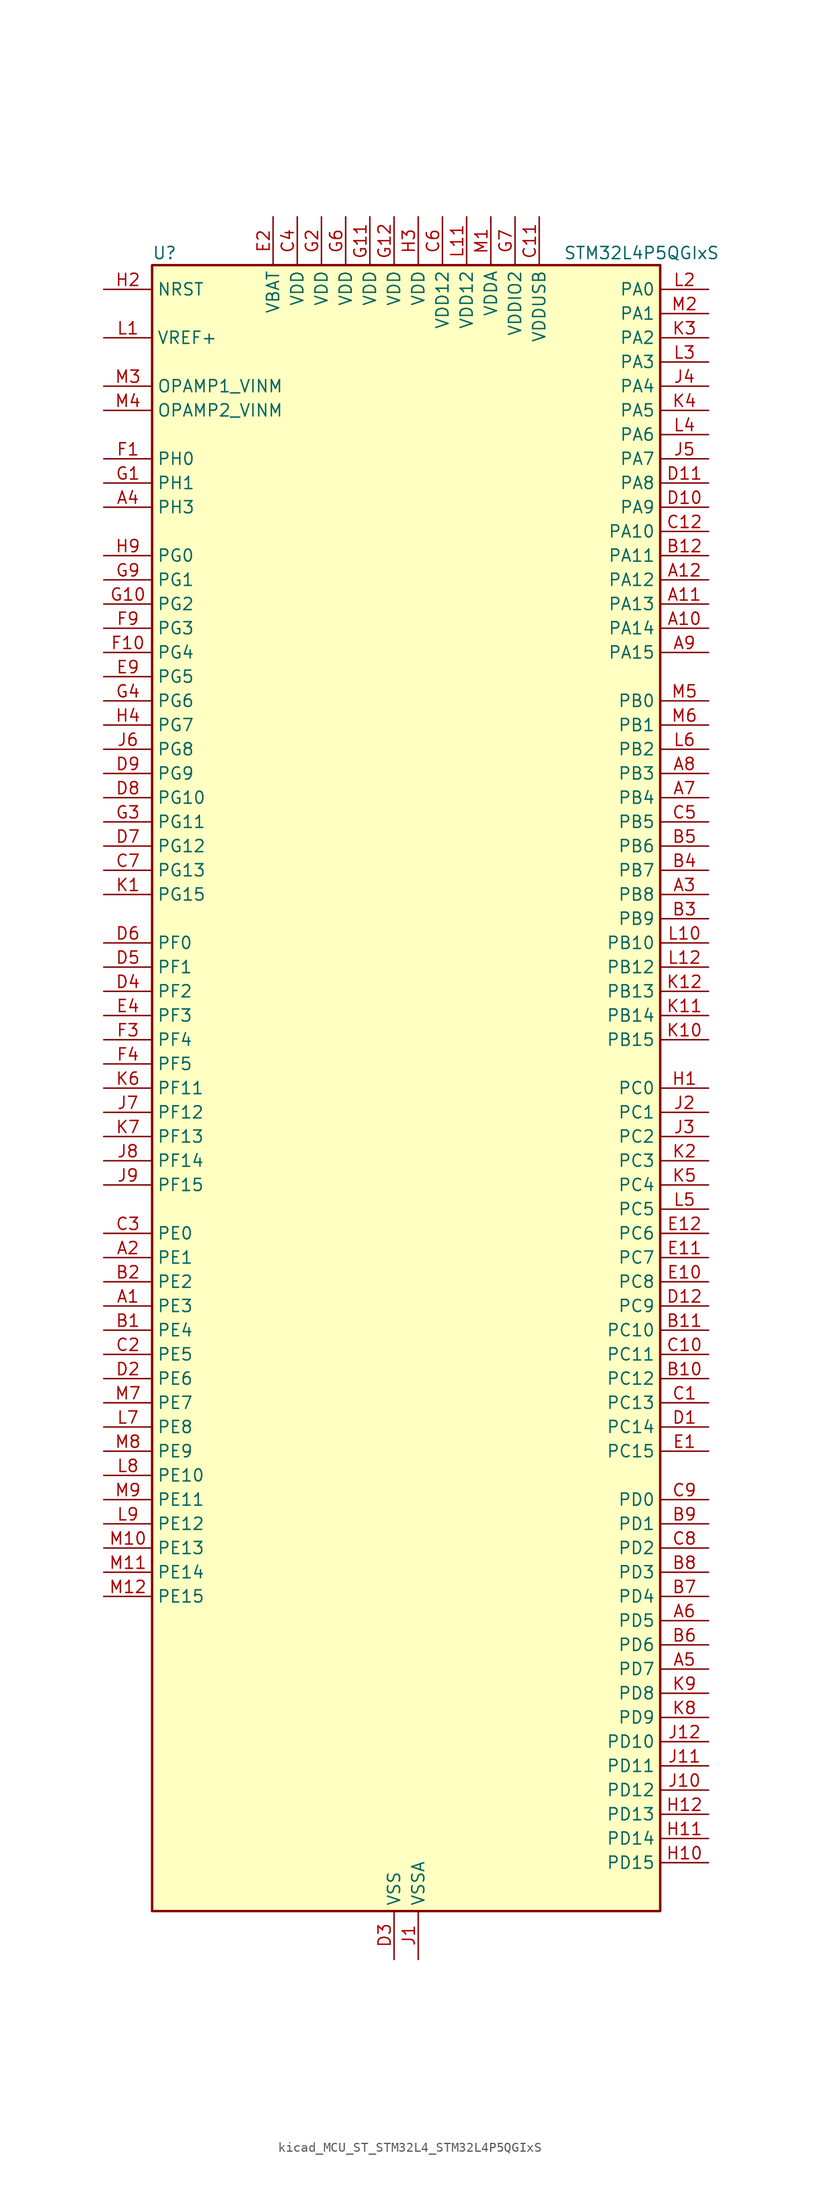
<source format=kicad_sym>
(kicad_symbol_lib
  (version 20220914)
  (generator kicad_symbol_editor)
  (symbol "kicad_MCU_ST_STM32L4_STM32L4P5QGIxS"
    (property "Reference" "U"
      (at -25.4 87.63 0)
      (effects (font (size 1.27 1.27)) (justify left)))
    (property "Value" "STM32L4P5QGIxS"
      (at 17.78 87.63 0)
      (effects (font (size 1.27 1.27)) (justify left)))
    (property "ki_locked" ""
      (at 0 0 0)
      (effects (font (size 1.27 1.27))))
    (symbol "kicad_MCU_ST_STM32L4_STM32L4P5QGIxS_0_1"
      (rectangle (start -25.4 -86.36) (end 27.94 86.36) (stroke (width 0.254) (type default)) (fill (type background))))
    (symbol "kicad_MCU_ST_STM32L4_STM32L4P5QGIxS_1_1"
      (pin bidirectional line (at -30.48 -22.86 0) (length 5.08) (name "PE3" (effects (font (size 1.27 1.27)))) (number "A1" (effects (font (size 1.27 1.27)))) (alternate "FMC_A19" bidirectional line) (alternate "LTDC_R6" bidirectional line) (alternate "OCTOSPIM_P1_DQS" bidirectional line) (alternate "SAI1_SD_B" bidirectional line) (alternate "SYS_TRACED0" bidirectional line) (alternate "TIM3_CH1" bidirectional line) (alternate "TSC_G7_IO2" bidirectional line))
      (pin bidirectional line (at 33.02 48.26 180) (length 5.08) (name "PA14" (effects (font (size 1.27 1.27)))) (number "A10" (effects (font (size 1.27 1.27)))) (alternate "I2C1_SMBA" bidirectional line) (alternate "I2C4_SMBA" bidirectional line) (alternate "LPTIM1_OUT" bidirectional line) (alternate "SAI1_FS_B" bidirectional line) (alternate "SYS_JTCK-SWCLK" bidirectional line) (alternate "USB_OTG_FS_SOF" bidirectional line))
      (pin bidirectional line (at 33.02 50.8 180) (length 5.08) (name "PA13" (effects (font (size 1.27 1.27)))) (number "A11" (effects (font (size 1.27 1.27)))) (alternate "IR_OUT" bidirectional line) (alternate "SAI1_SD_B" bidirectional line) (alternate "SYS_JTMS-SWDIO" bidirectional line) (alternate "USB_OTG_FS_NOE" bidirectional line))
      (pin bidirectional line (at 33.02 53.34 180) (length 5.08) (name "PA12" (effects (font (size 1.27 1.27)))) (number "A12" (effects (font (size 1.27 1.27)))) (alternate "CAN1_TX" bidirectional line) (alternate "LTDC_VSYNC" bidirectional line) (alternate "OCTOSPIM_P2_NCS" bidirectional line) (alternate "SPI1_MOSI" bidirectional line) (alternate "TIM1_ETR" bidirectional line) (alternate "USART1_DE" bidirectional line) (alternate "USART1_RTS" bidirectional line) (alternate "USB_OTG_FS_DP" bidirectional line))
      (pin bidirectional line (at -30.48 -17.78 0) (length 5.08) (name "PE1" (effects (font (size 1.27 1.27)))) (number "A2" (effects (font (size 1.27 1.27)))) (alternate "DCMI_D3" bidirectional line) (alternate "FMC_NBL1" bidirectional line) (alternate "LTDC_VSYNC" bidirectional line) (alternate "PSSI_D3" bidirectional line) (alternate "TIM17_CH1" bidirectional line))
      (pin bidirectional line (at 33.02 20.32 180) (length 5.08) (name "PB8" (effects (font (size 1.27 1.27)))) (number "A3" (effects (font (size 1.27 1.27)))) (alternate "CAN1_RX" bidirectional line) (alternate "DCMI_D6" bidirectional line) (alternate "DFSDM1_CKOUT" bidirectional line) (alternate "I2C1_SCL" bidirectional line) (alternate "LTDC_DE" bidirectional line) (alternate "PSSI_D6" bidirectional line) (alternate "SAI1_CK1" bidirectional line) (alternate "SAI1_MCLK_A" bidirectional line) (alternate "SDMMC1_CKIN" bidirectional line) (alternate "SDMMC1_D4" bidirectional line) (alternate "SDMMC2_D4" bidirectional line) (alternate "TIM16_CH1" bidirectional line) (alternate "TIM4_CH3" bidirectional line))
      (pin bidirectional line (at -30.48 60.96 0) (length 5.08) (name "PH3" (effects (font (size 1.27 1.27)))) (number "A4" (effects (font (size 1.27 1.27)))))
      (pin bidirectional line (at 33.02 -60.96 180) (length 5.08) (name "PD7" (effects (font (size 1.27 1.27)))) (number "A5" (effects (font (size 1.27 1.27)))) (alternate "DFSDM1_CKIN1" bidirectional line) (alternate "FMC_NCE" bidirectional line) (alternate "FMC_NE1" bidirectional line) (alternate "OCTOSPIM_P1_IO7" bidirectional line) (alternate "SDMMC2_CMD" bidirectional line) (alternate "USART2_CK" bidirectional line))
      (pin bidirectional line (at 33.02 -55.88 180) (length 5.08) (name "PD5" (effects (font (size 1.27 1.27)))) (number "A6" (effects (font (size 1.27 1.27)))) (alternate "FMC_NWE" bidirectional line) (alternate "OCTOSPIM_P1_IO5" bidirectional line) (alternate "USART2_TX" bidirectional line))
      (pin bidirectional line (at 33.02 30.48 180) (length 5.08) (name "PB4" (effects (font (size 1.27 1.27)))) (number "A7" (effects (font (size 1.27 1.27)))) (alternate "COMP2_INP" bidirectional line) (alternate "DCMI_D12" bidirectional line) (alternate "I2C3_SDA" bidirectional line) (alternate "OCTOSPIM_P1_IO5" bidirectional line) (alternate "PSSI_D12" bidirectional line) (alternate "SAI1_MCLK_B" bidirectional line) (alternate "SDMMC2_D3" bidirectional line) (alternate "SPI1_MISO" bidirectional line) (alternate "SPI3_MISO" bidirectional line) (alternate "SYS_JTRST" bidirectional line) (alternate "TIM17_BKIN" bidirectional line) (alternate "TIM3_CH1" bidirectional line) (alternate "TSC_G2_IO1" bidirectional line) (alternate "UART5_DE" bidirectional line) (alternate "UART5_RTS" bidirectional line) (alternate "USART1_CTS" bidirectional line) (alternate "USART1_NSS" bidirectional line))
      (pin bidirectional line (at 33.02 33.02 180) (length 5.08) (name "PB3" (effects (font (size 1.27 1.27)))) (number "A8" (effects (font (size 1.27 1.27)))) (alternate "COMP2_INM" bidirectional line) (alternate "CRS_SYNC" bidirectional line) (alternate "OCTOSPIM_P1_IO4" bidirectional line) (alternate "SAI1_SCK_B" bidirectional line) (alternate "SDMMC2_D2" bidirectional line) (alternate "SPI1_SCK" bidirectional line) (alternate "SPI3_SCK" bidirectional line) (alternate "SYS_JTDO-SWO" bidirectional line) (alternate "TIM2_CH2" bidirectional line) (alternate "USART1_DE" bidirectional line) (alternate "USART1_RTS" bidirectional line))
      (pin bidirectional line (at 33.02 45.72 180) (length 5.08) (name "PA15" (effects (font (size 1.27 1.27)))) (number "A9" (effects (font (size 1.27 1.27)))) (alternate "ADC1_EXTI15" bidirectional line) (alternate "ADC2_EXTI15" bidirectional line) (alternate "LTDC_HSYNC" bidirectional line) (alternate "SAI2_FS_B" bidirectional line) (alternate "SPI1_NSS" bidirectional line) (alternate "SPI3_NSS" bidirectional line) (alternate "SYS_JTDI" bidirectional line) (alternate "TIM2_CH1" bidirectional line) (alternate "TIM2_ETR" bidirectional line) (alternate "TSC_G3_IO1" bidirectional line) (alternate "UART4_DE" bidirectional line) (alternate "UART4_RTS" bidirectional line) (alternate "USART2_RX" bidirectional line) (alternate "USART3_DE" bidirectional line) (alternate "USART3_RTS" bidirectional line))
      (pin bidirectional line (at -30.48 -25.4 0) (length 5.08) (name "PE4" (effects (font (size 1.27 1.27)))) (number "B1" (effects (font (size 1.27 1.27)))) (alternate "DCMI_D4" bidirectional line) (alternate "DFSDM1_DATIN3" bidirectional line) (alternate "FMC_A20" bidirectional line) (alternate "LTDC_B7" bidirectional line) (alternate "PSSI_D4" bidirectional line) (alternate "SAI1_D2" bidirectional line) (alternate "SAI1_FS_A" bidirectional line) (alternate "SYS_TRACED1" bidirectional line) (alternate "TIM3_CH2" bidirectional line) (alternate "TSC_G7_IO3" bidirectional line))
      (pin bidirectional line (at 33.02 -30.48 180) (length 5.08) (name "PC12" (effects (font (size 1.27 1.27)))) (number "B10" (effects (font (size 1.27 1.27)))) (alternate "DCMI_D9" bidirectional line) (alternate "LTDC_R6" bidirectional line) (alternate "PSSI_D9" bidirectional line) (alternate "SAI2_SD_B" bidirectional line) (alternate "SDMMC1_CK" bidirectional line) (alternate "SPI3_MOSI" bidirectional line) (alternate "SYS_TRACED3" bidirectional line) (alternate "TSC_G3_IO4" bidirectional line) (alternate "UART5_TX" bidirectional line) (alternate "USART3_CK" bidirectional line))
      (pin bidirectional line (at 33.02 -25.4 180) (length 5.08) (name "PC10" (effects (font (size 1.27 1.27)))) (number "B11" (effects (font (size 1.27 1.27)))) (alternate "DCMI_D8" bidirectional line) (alternate "DCMI_VSYNC" bidirectional line) (alternate "PSSI_D8" bidirectional line) (alternate "PSSI_RDY" bidirectional line) (alternate "SAI2_SCK_B" bidirectional line) (alternate "SDMMC1_D2" bidirectional line) (alternate "SPI3_SCK" bidirectional line) (alternate "SYS_TRACED1" bidirectional line) (alternate "TSC_G3_IO2" bidirectional line) (alternate "UART4_TX" bidirectional line) (alternate "USART3_TX" bidirectional line))
      (pin bidirectional line (at 33.02 55.88 180) (length 5.08) (name "PA11" (effects (font (size 1.27 1.27)))) (number "B12" (effects (font (size 1.27 1.27)))) (alternate "ADC1_EXTI11" bidirectional line) (alternate "ADC2_EXTI11" bidirectional line) (alternate "CAN1_RX" bidirectional line) (alternate "LTDC_DE" bidirectional line) (alternate "SPI1_MISO" bidirectional line) (alternate "TIM1_BKIN2" bidirectional line) (alternate "TIM1_CH4" bidirectional line) (alternate "USART1_CTS" bidirectional line) (alternate "USART1_NSS" bidirectional line) (alternate "USB_OTG_FS_DM" bidirectional line))
      (pin bidirectional line (at -30.48 -20.32 0) (length 5.08) (name "PE2" (effects (font (size 1.27 1.27)))) (number "B2" (effects (font (size 1.27 1.27)))) (alternate "FMC_A23" bidirectional line) (alternate "LTDC_R7" bidirectional line) (alternate "SAI1_CK1" bidirectional line) (alternate "SAI1_MCLK_A" bidirectional line) (alternate "SYS_TRACECLK" bidirectional line) (alternate "TIM3_ETR" bidirectional line) (alternate "TSC_G7_IO1" bidirectional line))
      (pin bidirectional line (at 33.02 17.78 180) (length 5.08) (name "PB9" (effects (font (size 1.27 1.27)))) (number "B3" (effects (font (size 1.27 1.27)))) (alternate "CAN1_TX" bidirectional line) (alternate "DAC1_EXTI9" bidirectional line) (alternate "DCMI_D7" bidirectional line) (alternate "I2C1_SDA" bidirectional line) (alternate "IR_OUT" bidirectional line) (alternate "PSSI_D7" bidirectional line) (alternate "SAI1_D2" bidirectional line) (alternate "SAI1_FS_A" bidirectional line) (alternate "SDMMC1_CDIR" bidirectional line) (alternate "SDMMC1_D5" bidirectional line) (alternate "SDMMC2_D5" bidirectional line) (alternate "SPI2_NSS" bidirectional line) (alternate "TIM17_CH1" bidirectional line) (alternate "TIM4_CH4" bidirectional line))
      (pin bidirectional line (at 33.02 22.86 180) (length 5.08) (name "PB7" (effects (font (size 1.27 1.27)))) (number "B4" (effects (font (size 1.27 1.27)))) (alternate "COMP2_INM" bidirectional line) (alternate "DCMI_VSYNC" bidirectional line) (alternate "FMC_NL" bidirectional line) (alternate "I2C1_SDA" bidirectional line) (alternate "I2C4_SDA" bidirectional line) (alternate "LPTIM1_IN2" bidirectional line) (alternate "LTDC_VSYNC" bidirectional line) (alternate "PSSI_RDY" bidirectional line) (alternate "SYS_PVD_IN" bidirectional line) (alternate "TIM17_CH1N" bidirectional line) (alternate "TIM4_CH2" bidirectional line) (alternate "TIM8_BKIN" bidirectional line) (alternate "TSC_G2_IO4" bidirectional line) (alternate "UART4_CTS" bidirectional line) (alternate "USART1_RX" bidirectional line))
      (pin bidirectional line (at 33.02 25.4 180) (length 5.08) (name "PB6" (effects (font (size 1.27 1.27)))) (number "B5" (effects (font (size 1.27 1.27)))) (alternate "COMP2_INP" bidirectional line) (alternate "DCMI_D5" bidirectional line) (alternate "I2C1_SCL" bidirectional line) (alternate "I2C4_SCL" bidirectional line) (alternate "LPTIM1_ETR" bidirectional line) (alternate "LTDC_R6" bidirectional line) (alternate "PSSI_D5" bidirectional line) (alternate "SAI1_FS_B" bidirectional line) (alternate "TIM16_CH1N" bidirectional line) (alternate "TIM4_CH1" bidirectional line) (alternate "TIM8_BKIN2" bidirectional line) (alternate "TSC_G2_IO3" bidirectional line) (alternate "USART1_TX" bidirectional line))
      (pin bidirectional line (at 33.02 -58.42 180) (length 5.08) (name "PD6" (effects (font (size 1.27 1.27)))) (number "B6" (effects (font (size 1.27 1.27)))) (alternate "DCMI_D10" bidirectional line) (alternate "DFSDM1_DATIN1" bidirectional line) (alternate "FMC_NWAIT" bidirectional line) (alternate "LTDC_DE" bidirectional line) (alternate "OCTOSPIM_P1_IO6" bidirectional line) (alternate "PSSI_D10" bidirectional line) (alternate "SAI1_D1" bidirectional line) (alternate "SAI1_SD_A" bidirectional line) (alternate "SDMMC2_CK" bidirectional line) (alternate "SPI3_MOSI" bidirectional line) (alternate "USART2_RX" bidirectional line))
      (pin bidirectional line (at 33.02 -53.34 180) (length 5.08) (name "PD4" (effects (font (size 1.27 1.27)))) (number "B7" (effects (font (size 1.27 1.27)))) (alternate "DFSDM1_CKIN0" bidirectional line) (alternate "FMC_NOE" bidirectional line) (alternate "OCTOSPIM_P1_IO4" bidirectional line) (alternate "SDMMC2_CKIN" bidirectional line) (alternate "SPI2_MOSI" bidirectional line) (alternate "USART2_DE" bidirectional line) (alternate "USART2_RTS" bidirectional line))
      (pin bidirectional line (at 33.02 -50.8 180) (length 5.08) (name "PD3" (effects (font (size 1.27 1.27)))) (number "B8" (effects (font (size 1.27 1.27)))) (alternate "DCMI_D5" bidirectional line) (alternate "DFSDM1_DATIN0" bidirectional line) (alternate "FMC_CLK" bidirectional line) (alternate "LTDC_CLK" bidirectional line) (alternate "OCTOSPIM_P2_NCS" bidirectional line) (alternate "PSSI_D5" bidirectional line) (alternate "SPI2_MISO" bidirectional line) (alternate "SPI2_SCK" bidirectional line) (alternate "USART2_CTS" bidirectional line) (alternate "USART2_NSS" bidirectional line))
      (pin bidirectional line (at 33.02 -45.72 180) (length 5.08) (name "PD1" (effects (font (size 1.27 1.27)))) (number "B9" (effects (font (size 1.27 1.27)))) (alternate "CAN1_TX" bidirectional line) (alternate "FMC_D3" bidirectional line) (alternate "FMC_DA3" bidirectional line) (alternate "LTDC_B5" bidirectional line) (alternate "SPI2_SCK" bidirectional line))
      (pin bidirectional line (at 33.02 -33.02 180) (length 5.08) (name "PC13" (effects (font (size 1.27 1.27)))) (number "C1" (effects (font (size 1.27 1.27)))) (alternate "RTC_OUT1" bidirectional line) (alternate "RTC_TAMP1" bidirectional line) (alternate "RTC_TS" bidirectional line) (alternate "SYS_WKUP2" bidirectional line))
      (pin bidirectional line (at 33.02 -27.94 180) (length 5.08) (name "PC11" (effects (font (size 1.27 1.27)))) (number "C10" (effects (font (size 1.27 1.27)))) (alternate "ADC1_EXTI11" bidirectional line) (alternate "ADC2_EXTI11" bidirectional line) (alternate "DCMI_D2" bidirectional line) (alternate "DCMI_D4" bidirectional line) (alternate "OCTOSPIM_P1_NCS" bidirectional line) (alternate "PSSI_D2" bidirectional line) (alternate "PSSI_D4" bidirectional line) (alternate "SAI2_MCLK_B" bidirectional line) (alternate "SDMMC1_D3" bidirectional line) (alternate "SPI3_MISO" bidirectional line) (alternate "TSC_G3_IO3" bidirectional line) (alternate "UART4_RX" bidirectional line) (alternate "USART3_RX" bidirectional line))
      (pin power_in line (at 15.24 91.44 270) (length 5.08) (name "VDDUSB" (effects (font (size 1.27 1.27)))) (number "C11" (effects (font (size 1.27 1.27)))))
      (pin bidirectional line (at 33.02 58.42 180) (length 5.08) (name "PA10" (effects (font (size 1.27 1.27)))) (number "C12" (effects (font (size 1.27 1.27)))) (alternate "DCMI_D1" bidirectional line) (alternate "LTDC_G6" bidirectional line) (alternate "PSSI_D1" bidirectional line) (alternate "SAI1_D1" bidirectional line) (alternate "SAI1_SD_A" bidirectional line) (alternate "TIM17_BKIN" bidirectional line) (alternate "TIM1_CH3" bidirectional line) (alternate "USART1_RX" bidirectional line) (alternate "USB_OTG_FS_ID" bidirectional line))
      (pin bidirectional line (at -30.48 -27.94 0) (length 5.08) (name "PE5" (effects (font (size 1.27 1.27)))) (number "C2" (effects (font (size 1.27 1.27)))) (alternate "DCMI_D6" bidirectional line) (alternate "DFSDM1_CKIN3" bidirectional line) (alternate "FMC_A21" bidirectional line) (alternate "LTDC_G7" bidirectional line) (alternate "PSSI_D6" bidirectional line) (alternate "SAI1_CK2" bidirectional line) (alternate "SAI1_SCK_A" bidirectional line) (alternate "SYS_TRACED2" bidirectional line) (alternate "TIM3_CH3" bidirectional line) (alternate "TSC_G7_IO4" bidirectional line))
      (pin bidirectional line (at -30.48 -15.24 0) (length 5.08) (name "PE0" (effects (font (size 1.27 1.27)))) (number "C3" (effects (font (size 1.27 1.27)))) (alternate "DCMI_D2" bidirectional line) (alternate "FMC_NBL0" bidirectional line) (alternate "LTDC_HSYNC" bidirectional line) (alternate "PSSI_D2" bidirectional line) (alternate "TIM16_CH1" bidirectional line) (alternate "TIM4_ETR" bidirectional line))
      (pin power_in line (at -10.16 91.44 270) (length 5.08) (name "VDD" (effects (font (size 1.27 1.27)))) (number "C4" (effects (font (size 1.27 1.27)))))
      (pin bidirectional line (at 33.02 27.94 180) (length 5.08) (name "PB5" (effects (font (size 1.27 1.27)))) (number "C5" (effects (font (size 1.27 1.27)))) (alternate "COMP2_OUT" bidirectional line) (alternate "DCMI_D10" bidirectional line) (alternate "I2C1_SMBA" bidirectional line) (alternate "LPTIM1_IN1" bidirectional line) (alternate "OCTOSPIM_P1_IO0" bidirectional line) (alternate "PSSI_D10" bidirectional line) (alternate "SAI1_SD_B" bidirectional line) (alternate "SPI1_MOSI" bidirectional line) (alternate "SPI3_MOSI" bidirectional line) (alternate "TIM16_BKIN" bidirectional line) (alternate "TIM3_CH2" bidirectional line) (alternate "TSC_G2_IO2" bidirectional line) (alternate "UART5_CTS" bidirectional line) (alternate "USART1_CK" bidirectional line))
      (pin power_in line (at 5.08 91.44 270) (length 5.08) (name "VDD12" (effects (font (size 1.27 1.27)))) (number "C6" (effects (font (size 1.27 1.27)))))
      (pin bidirectional line (at -30.48 22.86 0) (length 5.08) (name "PG13" (effects (font (size 1.27 1.27)))) (number "C7" (effects (font (size 1.27 1.27)))) (alternate "FMC_A24" bidirectional line) (alternate "I2C1_SDA" bidirectional line) (alternate "LTDC_R0" bidirectional line) (alternate "USART1_CK" bidirectional line))
      (pin bidirectional line (at 33.02 -48.26 180) (length 5.08) (name "PD2" (effects (font (size 1.27 1.27)))) (number "C8" (effects (font (size 1.27 1.27)))) (alternate "DCMI_D11" bidirectional line) (alternate "PSSI_D11" bidirectional line) (alternate "SDMMC1_CMD" bidirectional line) (alternate "SYS_TRACED2" bidirectional line) (alternate "TIM3_ETR" bidirectional line) (alternate "TSC_SYNC" bidirectional line) (alternate "UART5_RX" bidirectional line) (alternate "USART3_DE" bidirectional line) (alternate "USART3_RTS" bidirectional line))
      (pin bidirectional line (at 33.02 -43.18 180) (length 5.08) (name "PD0" (effects (font (size 1.27 1.27)))) (number "C9" (effects (font (size 1.27 1.27)))) (alternate "CAN1_RX" bidirectional line) (alternate "FMC_D2" bidirectional line) (alternate "FMC_DA2" bidirectional line) (alternate "LTDC_B4" bidirectional line) (alternate "SPI2_NSS" bidirectional line))
      (pin bidirectional line (at 33.02 -35.56 180) (length 5.08) (name "PC14" (effects (font (size 1.27 1.27)))) (number "D1" (effects (font (size 1.27 1.27)))) (alternate "RCC_OSC32_IN" bidirectional line))
      (pin bidirectional line (at 33.02 60.96 180) (length 5.08) (name "PA9" (effects (font (size 1.27 1.27)))) (number "D10" (effects (font (size 1.27 1.27)))) (alternate "DAC1_EXTI9" bidirectional line) (alternate "DCMI_D0" bidirectional line) (alternate "LTDC_G7" bidirectional line) (alternate "PSSI_D0" bidirectional line) (alternate "SAI1_FS_A" bidirectional line) (alternate "SPI2_SCK" bidirectional line) (alternate "TIM15_BKIN" bidirectional line) (alternate "TIM1_CH2" bidirectional line) (alternate "USART1_TX" bidirectional line) (alternate "USB_OTG_FS_VBUS" bidirectional line))
      (pin bidirectional line (at 33.02 63.5 180) (length 5.08) (name "PA8" (effects (font (size 1.27 1.27)))) (number "D11" (effects (font (size 1.27 1.27)))) (alternate "LPTIM2_OUT" bidirectional line) (alternate "LTDC_B7" bidirectional line) (alternate "RCC_MCO" bidirectional line) (alternate "SAI1_CK2" bidirectional line) (alternate "SAI1_SCK_A" bidirectional line) (alternate "TIM1_CH1" bidirectional line) (alternate "USART1_CK" bidirectional line) (alternate "USB_OTG_FS_SOF" bidirectional line))
      (pin bidirectional line (at 33.02 -22.86 180) (length 5.08) (name "PC9" (effects (font (size 1.27 1.27)))) (number "D12" (effects (font (size 1.27 1.27)))) (alternate "DAC1_EXTI9" bidirectional line) (alternate "DCMI_D3" bidirectional line) (alternate "I2C3_SDA" bidirectional line) (alternate "PSSI_D3" bidirectional line) (alternate "SAI2_EXTCLK" bidirectional line) (alternate "SDMMC1_D1" bidirectional line) (alternate "SYS_TRACED0" bidirectional line) (alternate "TIM3_CH4" bidirectional line) (alternate "TIM8_BKIN2" bidirectional line) (alternate "TIM8_CH4" bidirectional line) (alternate "TSC_G4_IO4" bidirectional line) (alternate "USB_OTG_FS_NOE" bidirectional line))
      (pin bidirectional line (at -30.48 -30.48 0) (length 5.08) (name "PE6" (effects (font (size 1.27 1.27)))) (number "D2" (effects (font (size 1.27 1.27)))) (alternate "DCMI_D7" bidirectional line) (alternate "FMC_A22" bidirectional line) (alternate "LTDC_G6" bidirectional line) (alternate "PSSI_D7" bidirectional line) (alternate "RTC_TAMP3" bidirectional line) (alternate "SAI1_D1" bidirectional line) (alternate "SAI1_SD_A" bidirectional line) (alternate "SYS_TRACED3" bidirectional line) (alternate "SYS_WKUP3" bidirectional line) (alternate "TIM3_CH4" bidirectional line))
      (pin power_in line (at 0 -91.44 90) (length 5.08) (name "VSS" (effects (font (size 1.27 1.27)))) (number "D3" (effects (font (size 1.27 1.27)))))
      (pin bidirectional line (at -30.48 10.16 0) (length 5.08) (name "PF2" (effects (font (size 1.27 1.27)))) (number "D4" (effects (font (size 1.27 1.27)))) (alternate "FMC_A2" bidirectional line) (alternate "I2C2_SMBA" bidirectional line) (alternate "OCTOSPIM_P2_IO2" bidirectional line))
      (pin bidirectional line (at -30.48 12.7 0) (length 5.08) (name "PF1" (effects (font (size 1.27 1.27)))) (number "D5" (effects (font (size 1.27 1.27)))) (alternate "FMC_A1" bidirectional line) (alternate "I2C2_SCL" bidirectional line) (alternate "OCTOSPIM_P2_IO1" bidirectional line))
      (pin bidirectional line (at -30.48 15.24 0) (length 5.08) (name "PF0" (effects (font (size 1.27 1.27)))) (number "D6" (effects (font (size 1.27 1.27)))) (alternate "FMC_A0" bidirectional line) (alternate "I2C2_SDA" bidirectional line) (alternate "OCTOSPIM_P2_IO0" bidirectional line))
      (pin bidirectional line (at -30.48 25.4 0) (length 5.08) (name "PG12" (effects (font (size 1.27 1.27)))) (number "D7" (effects (font (size 1.27 1.27)))) (alternate "FMC_NE4" bidirectional line) (alternate "LPTIM1_ETR" bidirectional line) (alternate "OCTOSPIM_P2_NCS" bidirectional line) (alternate "SAI2_SD_A" bidirectional line) (alternate "SDMMC2_D3" bidirectional line) (alternate "SPI3_NSS" bidirectional line) (alternate "USART1_DE" bidirectional line) (alternate "USART1_RTS" bidirectional line))
      (pin bidirectional line (at -30.48 30.48 0) (length 5.08) (name "PG10" (effects (font (size 1.27 1.27)))) (number "D8" (effects (font (size 1.27 1.27)))) (alternate "FMC_NE3" bidirectional line) (alternate "LPTIM1_IN1" bidirectional line) (alternate "OCTOSPIM_P2_IO7" bidirectional line) (alternate "SAI2_FS_A" bidirectional line) (alternate "SDMMC2_D1" bidirectional line) (alternate "SPI3_MISO" bidirectional line) (alternate "TIM15_CH1" bidirectional line) (alternate "USART1_RX" bidirectional line))
      (pin bidirectional line (at -30.48 33.02 0) (length 5.08) (name "PG9" (effects (font (size 1.27 1.27)))) (number "D9" (effects (font (size 1.27 1.27)))) (alternate "DAC1_EXTI9" bidirectional line) (alternate "FMC_NCE" bidirectional line) (alternate "FMC_NE2" bidirectional line) (alternate "OCTOSPIM_P2_IO6" bidirectional line) (alternate "SAI2_SCK_A" bidirectional line) (alternate "SDMMC2_D0" bidirectional line) (alternate "SPI3_SCK" bidirectional line) (alternate "TIM15_CH1N" bidirectional line) (alternate "USART1_TX" bidirectional line))
      (pin bidirectional line (at 33.02 -38.1 180) (length 5.08) (name "PC15" (effects (font (size 1.27 1.27)))) (number "E1" (effects (font (size 1.27 1.27)))) (alternate "ADC1_EXTI15" bidirectional line) (alternate "ADC2_EXTI15" bidirectional line) (alternate "RCC_OSC32_OUT" bidirectional line))
      (pin bidirectional line (at 33.02 -20.32 180) (length 5.08) (name "PC8" (effects (font (size 1.27 1.27)))) (number "E10" (effects (font (size 1.27 1.27)))) (alternate "DCMI_D2" bidirectional line) (alternate "PSSI_D2" bidirectional line) (alternate "SDMMC1_D0" bidirectional line) (alternate "TIM3_CH3" bidirectional line) (alternate "TIM8_CH3" bidirectional line) (alternate "TSC_G4_IO3" bidirectional line))
      (pin bidirectional line (at 33.02 -17.78 180) (length 5.08) (name "PC7" (effects (font (size 1.27 1.27)))) (number "E11" (effects (font (size 1.27 1.27)))) (alternate "DCMI_D1" bidirectional line) (alternate "DFSDM1_DATIN3" bidirectional line) (alternate "LTDC_B6" bidirectional line) (alternate "PSSI_D1" bidirectional line) (alternate "SAI2_MCLK_B" bidirectional line) (alternate "SDMMC1_D123DIR" bidirectional line) (alternate "SDMMC1_D7" bidirectional line) (alternate "SDMMC2_D7" bidirectional line) (alternate "TIM3_CH2" bidirectional line) (alternate "TIM8_CH2" bidirectional line) (alternate "TSC_G4_IO2" bidirectional line))
      (pin bidirectional line (at 33.02 -15.24 180) (length 5.08) (name "PC6" (effects (font (size 1.27 1.27)))) (number "E12" (effects (font (size 1.27 1.27)))) (alternate "DCMI_D0" bidirectional line) (alternate "DFSDM1_CKIN3" bidirectional line) (alternate "LTDC_G7" bidirectional line) (alternate "PSSI_D0" bidirectional line) (alternate "SAI2_MCLK_A" bidirectional line) (alternate "SDMMC1_D0DIR" bidirectional line) (alternate "SDMMC1_D6" bidirectional line) (alternate "SDMMC2_D6" bidirectional line) (alternate "TIM3_CH1" bidirectional line) (alternate "TIM8_CH1" bidirectional line) (alternate "TSC_G4_IO1" bidirectional line))
      (pin power_in line (at -12.7 91.44 270) (length 5.08) (name "VBAT" (effects (font (size 1.27 1.27)))) (number "E2" (effects (font (size 1.27 1.27)))))
      (pin passive line (at 0 -91.44 90) (length 5.08) hide (name "VSS" (effects (font (size 1.27 1.27)))) (number "E3" (effects (font (size 1.27 1.27)))))
      (pin bidirectional line (at -30.48 7.62 0) (length 5.08) (name "PF3" (effects (font (size 1.27 1.27)))) (number "E4" (effects (font (size 1.27 1.27)))) (alternate "FMC_A3" bidirectional line) (alternate "OCTOSPIM_P2_IO3" bidirectional line))
      (pin bidirectional line (at -30.48 43.18 0) (length 5.08) (name "PG5" (effects (font (size 1.27 1.27)))) (number "E9" (effects (font (size 1.27 1.27)))) (alternate "FMC_A15" bidirectional line) (alternate "LPUART1_CTS" bidirectional line) (alternate "SAI2_SD_B" bidirectional line) (alternate "SDMMC2_D7" bidirectional line) (alternate "SPI1_NSS" bidirectional line))
      (pin bidirectional line (at -30.48 66.04 0) (length 5.08) (name "PH0" (effects (font (size 1.27 1.27)))) (number "F1" (effects (font (size 1.27 1.27)))) (alternate "RCC_OSC_IN" bidirectional line))
      (pin bidirectional line (at -30.48 45.72 0) (length 5.08) (name "PG4" (effects (font (size 1.27 1.27)))) (number "F10" (effects (font (size 1.27 1.27)))) (alternate "FMC_A14" bidirectional line) (alternate "SAI2_MCLK_B" bidirectional line) (alternate "SDMMC2_D6" bidirectional line) (alternate "SPI1_MOSI" bidirectional line))
      (pin passive line (at 0 -91.44 90) (length 5.08) hide (name "VSS" (effects (font (size 1.27 1.27)))) (number "F11" (effects (font (size 1.27 1.27)))))
      (pin passive line (at 0 -91.44 90) (length 5.08) hide (name "VSS" (effects (font (size 1.27 1.27)))) (number "F12" (effects (font (size 1.27 1.27)))))
      (pin passive line (at 0 -91.44 90) (length 5.08) hide (name "VSS" (effects (font (size 1.27 1.27)))) (number "F2" (effects (font (size 1.27 1.27)))))
      (pin bidirectional line (at -30.48 5.08 0) (length 5.08) (name "PF4" (effects (font (size 1.27 1.27)))) (number "F3" (effects (font (size 1.27 1.27)))) (alternate "FMC_A4" bidirectional line) (alternate "OCTOSPIM_P2_CLK" bidirectional line))
      (pin bidirectional line (at -30.48 2.54 0) (length 5.08) (name "PF5" (effects (font (size 1.27 1.27)))) (number "F4" (effects (font (size 1.27 1.27)))) (alternate "FMC_A5" bidirectional line) (alternate "OCTOSPIM_P2_NCLK" bidirectional line))
      (pin passive line (at 0 -91.44 90) (length 5.08) hide (name "VSS" (effects (font (size 1.27 1.27)))) (number "F6" (effects (font (size 1.27 1.27)))))
      (pin passive line (at 0 -91.44 90) (length 5.08) hide (name "VSS" (effects (font (size 1.27 1.27)))) (number "F7" (effects (font (size 1.27 1.27)))))
      (pin bidirectional line (at -30.48 48.26 0) (length 5.08) (name "PG3" (effects (font (size 1.27 1.27)))) (number "F9" (effects (font (size 1.27 1.27)))) (alternate "FMC_A13" bidirectional line) (alternate "SAI2_FS_B" bidirectional line) (alternate "SDMMC2_D5" bidirectional line) (alternate "SPI1_MISO" bidirectional line))
      (pin bidirectional line (at -30.48 63.5 0) (length 5.08) (name "PH1" (effects (font (size 1.27 1.27)))) (number "G1" (effects (font (size 1.27 1.27)))) (alternate "RCC_OSC_OUT" bidirectional line))
      (pin bidirectional line (at -30.48 50.8 0) (length 5.08) (name "PG2" (effects (font (size 1.27 1.27)))) (number "G10" (effects (font (size 1.27 1.27)))) (alternate "FMC_A12" bidirectional line) (alternate "SAI2_SCK_B" bidirectional line) (alternate "SDMMC2_D4" bidirectional line) (alternate "SPI1_SCK" bidirectional line))
      (pin power_in line (at -2.54 91.44 270) (length 5.08) (name "VDD" (effects (font (size 1.27 1.27)))) (number "G11" (effects (font (size 1.27 1.27)))))
      (pin power_in line (at 0 91.44 270) (length 5.08) (name "VDD" (effects (font (size 1.27 1.27)))) (number "G12" (effects (font (size 1.27 1.27)))))
      (pin power_in line (at -7.62 91.44 270) (length 5.08) (name "VDD" (effects (font (size 1.27 1.27)))) (number "G2" (effects (font (size 1.27 1.27)))))
      (pin bidirectional line (at -30.48 27.94 0) (length 5.08) (name "PG11" (effects (font (size 1.27 1.27)))) (number "G3" (effects (font (size 1.27 1.27)))) (alternate "ADC1_EXTI11" bidirectional line) (alternate "ADC2_EXTI11" bidirectional line) (alternate "LPTIM1_IN2" bidirectional line) (alternate "OCTOSPIM_P1_IO5" bidirectional line) (alternate "SAI2_MCLK_A" bidirectional line) (alternate "SDMMC2_D2" bidirectional line) (alternate "SPI3_MOSI" bidirectional line) (alternate "TIM15_CH2" bidirectional line) (alternate "USART1_CTS" bidirectional line) (alternate "USART1_NSS" bidirectional line))
      (pin bidirectional line (at -30.48 40.64 0) (length 5.08) (name "PG6" (effects (font (size 1.27 1.27)))) (number "G4" (effects (font (size 1.27 1.27)))) (alternate "I2C3_SMBA" bidirectional line) (alternate "LPUART1_DE" bidirectional line) (alternate "LPUART1_RTS" bidirectional line) (alternate "LTDC_R1" bidirectional line) (alternate "OCTOSPIM_P1_DQS" bidirectional line))
      (pin power_in line (at -5.08 91.44 270) (length 5.08) (name "VDD" (effects (font (size 1.27 1.27)))) (number "G6" (effects (font (size 1.27 1.27)))))
      (pin power_in line (at 12.7 91.44 270) (length 5.08) (name "VDDIO2" (effects (font (size 1.27 1.27)))) (number "G7" (effects (font (size 1.27 1.27)))))
      (pin bidirectional line (at -30.48 53.34 0) (length 5.08) (name "PG1" (effects (font (size 1.27 1.27)))) (number "G9" (effects (font (size 1.27 1.27)))) (alternate "FMC_A11" bidirectional line) (alternate "OCTOSPIM_P2_IO5" bidirectional line) (alternate "TSC_G8_IO4" bidirectional line))
      (pin bidirectional line (at 33.02 0 180) (length 5.08) (name "PC0" (effects (font (size 1.27 1.27)))) (number "H1" (effects (font (size 1.27 1.27)))) (alternate "ADC1_IN1" bidirectional line) (alternate "ADC2_IN1" bidirectional line) (alternate "I2C3_SCL" bidirectional line) (alternate "LPTIM1_IN1" bidirectional line) (alternate "LPTIM2_IN1" bidirectional line) (alternate "LPUART1_RX" bidirectional line) (alternate "LTDC_DE" bidirectional line) (alternate "SAI2_FS_A" bidirectional line) (alternate "SDMMC1_CMD" bidirectional line) (alternate "SDMMC2_CKIN" bidirectional line))
      (pin bidirectional line (at 33.02 -81.28 180) (length 5.08) (name "PD15" (effects (font (size 1.27 1.27)))) (number "H10" (effects (font (size 1.27 1.27)))) (alternate "ADC1_EXTI15" bidirectional line) (alternate "ADC2_EXTI15" bidirectional line) (alternate "FMC_D1" bidirectional line) (alternate "FMC_DA1" bidirectional line) (alternate "LTDC_B3" bidirectional line) (alternate "TIM4_CH4" bidirectional line))
      (pin bidirectional line (at 33.02 -78.74 180) (length 5.08) (name "PD14" (effects (font (size 1.27 1.27)))) (number "H11" (effects (font (size 1.27 1.27)))) (alternate "FMC_D0" bidirectional line) (alternate "FMC_DA0" bidirectional line) (alternate "LTDC_B2" bidirectional line) (alternate "TIM4_CH3" bidirectional line))
      (pin bidirectional line (at 33.02 -76.2 180) (length 5.08) (name "PD13" (effects (font (size 1.27 1.27)))) (number "H12" (effects (font (size 1.27 1.27)))) (alternate "FMC_A18" bidirectional line) (alternate "I2C4_SDA" bidirectional line) (alternate "LPTIM2_OUT" bidirectional line) (alternate "TIM4_CH2" bidirectional line) (alternate "TSC_G6_IO4" bidirectional line))
      (pin input line (at -30.48 83.82 0) (length 5.08) (name "NRST" (effects (font (size 1.27 1.27)))) (number "H2" (effects (font (size 1.27 1.27)))))
      (pin power_in line (at 2.54 91.44 270) (length 5.08) (name "VDD" (effects (font (size 1.27 1.27)))) (number "H3" (effects (font (size 1.27 1.27)))))
      (pin bidirectional line (at -30.48 38.1 0) (length 5.08) (name "PG7" (effects (font (size 1.27 1.27)))) (number "H4" (effects (font (size 1.27 1.27)))) (alternate "DFSDM1_CKOUT" bidirectional line) (alternate "FMC_INT" bidirectional line) (alternate "I2C3_SCL" bidirectional line) (alternate "LPUART1_TX" bidirectional line) (alternate "OCTOSPIM_P2_DQS" bidirectional line) (alternate "SAI1_CK1" bidirectional line) (alternate "SAI1_MCLK_A" bidirectional line))
      (pin bidirectional line (at -30.48 55.88 0) (length 5.08) (name "PG0" (effects (font (size 1.27 1.27)))) (number "H9" (effects (font (size 1.27 1.27)))) (alternate "FMC_A10" bidirectional line) (alternate "OCTOSPIM_P2_IO4" bidirectional line) (alternate "TSC_G8_IO3" bidirectional line))
      (pin power_in line (at 2.54 -91.44 90) (length 5.08) (name "VSSA" (effects (font (size 1.27 1.27)))) (number "J1" (effects (font (size 1.27 1.27)))))
      (pin bidirectional line (at 33.02 -73.66 180) (length 5.08) (name "PD12" (effects (font (size 1.27 1.27)))) (number "J10" (effects (font (size 1.27 1.27)))) (alternate "FMC_A17" bidirectional line) (alternate "FMC_ALE" bidirectional line) (alternate "I2C4_SCL" bidirectional line) (alternate "LPTIM2_IN1" bidirectional line) (alternate "LTDC_R7" bidirectional line) (alternate "SAI2_FS_A" bidirectional line) (alternate "TIM4_CH1" bidirectional line) (alternate "TSC_G6_IO3" bidirectional line) (alternate "USART3_DE" bidirectional line) (alternate "USART3_RTS" bidirectional line))
      (pin bidirectional line (at 33.02 -71.12 180) (length 5.08) (name "PD11" (effects (font (size 1.27 1.27)))) (number "J11" (effects (font (size 1.27 1.27)))) (alternate "ADC1_EXTI11" bidirectional line) (alternate "ADC2_EXTI11" bidirectional line) (alternate "FMC_A16" bidirectional line) (alternate "FMC_CLE" bidirectional line) (alternate "I2C4_SMBA" bidirectional line) (alternate "LPTIM2_ETR" bidirectional line) (alternate "LTDC_R6" bidirectional line) (alternate "SAI2_SD_A" bidirectional line) (alternate "TSC_G6_IO2" bidirectional line) (alternate "USART3_CTS" bidirectional line) (alternate "USART3_NSS" bidirectional line))
      (pin bidirectional line (at 33.02 -68.58 180) (length 5.08) (name "PD10" (effects (font (size 1.27 1.27)))) (number "J12" (effects (font (size 1.27 1.27)))) (alternate "FMC_D15" bidirectional line) (alternate "FMC_DA15" bidirectional line) (alternate "LTDC_R5" bidirectional line) (alternate "SAI2_SCK_A" bidirectional line) (alternate "TSC_G6_IO1" bidirectional line) (alternate "USART3_CK" bidirectional line))
      (pin bidirectional line (at 33.02 -2.54 180) (length 5.08) (name "PC1" (effects (font (size 1.27 1.27)))) (number "J2" (effects (font (size 1.27 1.27)))) (alternate "ADC1_IN2" bidirectional line) (alternate "ADC2_IN2" bidirectional line) (alternate "I2C3_SDA" bidirectional line) (alternate "LPTIM1_OUT" bidirectional line) (alternate "LPUART1_TX" bidirectional line) (alternate "OCTOSPIM_P1_IO4" bidirectional line) (alternate "SAI1_SD_A" bidirectional line) (alternate "SPI2_MOSI" bidirectional line) (alternate "SYS_TRACED0" bidirectional line))
      (pin bidirectional line (at 33.02 -5.08 180) (length 5.08) (name "PC2" (effects (font (size 1.27 1.27)))) (number "J3" (effects (font (size 1.27 1.27)))) (alternate "ADC1_IN3" bidirectional line) (alternate "ADC2_IN3" bidirectional line) (alternate "DFSDM1_CKOUT" bidirectional line) (alternate "LPTIM1_IN2" bidirectional line) (alternate "LTDC_HSYNC" bidirectional line) (alternate "OCTOSPIM_P1_IO5" bidirectional line) (alternate "SPI2_MISO" bidirectional line))
      (pin bidirectional line (at 33.02 73.66 180) (length 5.08) (name "PA4" (effects (font (size 1.27 1.27)))) (number "J4" (effects (font (size 1.27 1.27)))) (alternate "ADC1_IN9" bidirectional line) (alternate "ADC2_IN9" bidirectional line) (alternate "DAC1_OUT1" bidirectional line) (alternate "DCMI_HSYNC" bidirectional line) (alternate "LPTIM2_OUT" bidirectional line) (alternate "LTDC_CLK" bidirectional line) (alternate "OCTOSPIM_P1_NCS" bidirectional line) (alternate "PSSI_DE" bidirectional line) (alternate "SAI1_FS_B" bidirectional line) (alternate "SPI1_NSS" bidirectional line) (alternate "SPI3_NSS" bidirectional line) (alternate "USART2_CK" bidirectional line))
      (pin bidirectional line (at 33.02 66.04 180) (length 5.08) (name "PA7" (effects (font (size 1.27 1.27)))) (number "J5" (effects (font (size 1.27 1.27)))) (alternate "ADC1_IN12" bidirectional line) (alternate "ADC2_IN12" bidirectional line) (alternate "I2C3_SCL" bidirectional line) (alternate "OCTOSPIM_P1_IO2" bidirectional line) (alternate "OPAMP2_VINM" bidirectional line) (alternate "SPI1_MOSI" bidirectional line) (alternate "TIM17_CH1" bidirectional line) (alternate "TIM1_CH1N" bidirectional line) (alternate "TIM3_CH2" bidirectional line) (alternate "TIM8_CH1N" bidirectional line))
      (pin bidirectional line (at -30.48 35.56 0) (length 5.08) (name "PG8" (effects (font (size 1.27 1.27)))) (number "J6" (effects (font (size 1.27 1.27)))) (alternate "I2C3_SDA" bidirectional line) (alternate "LPUART1_RX" bidirectional line))
      (pin bidirectional line (at -30.48 -2.54 0) (length 5.08) (name "PF12" (effects (font (size 1.27 1.27)))) (number "J7" (effects (font (size 1.27 1.27)))) (alternate "FMC_A6" bidirectional line) (alternate "LTDC_B0" bidirectional line) (alternate "OCTOSPIM_P2_DQS" bidirectional line))
      (pin bidirectional line (at -30.48 -7.62 0) (length 5.08) (name "PF14" (effects (font (size 1.27 1.27)))) (number "J8" (effects (font (size 1.27 1.27)))) (alternate "FMC_A8" bidirectional line) (alternate "I2C4_SCL" bidirectional line) (alternate "LTDC_G0" bidirectional line) (alternate "TSC_G8_IO1" bidirectional line))
      (pin bidirectional line (at -30.48 -10.16 0) (length 5.08) (name "PF15" (effects (font (size 1.27 1.27)))) (number "J9" (effects (font (size 1.27 1.27)))) (alternate "ADC1_EXTI15" bidirectional line) (alternate "ADC2_EXTI15" bidirectional line) (alternate "FMC_A9" bidirectional line) (alternate "I2C4_SDA" bidirectional line) (alternate "LTDC_G1" bidirectional line) (alternate "TSC_G8_IO2" bidirectional line))
      (pin bidirectional line (at -30.48 20.32 0) (length 5.08) (name "PG15" (effects (font (size 1.27 1.27)))) (number "K1" (effects (font (size 1.27 1.27)))) (alternate "ADC1_EXTI15" bidirectional line) (alternate "ADC2_EXTI15" bidirectional line) (alternate "DCMI_D13" bidirectional line) (alternate "I2C1_SMBA" bidirectional line) (alternate "LPTIM1_OUT" bidirectional line) (alternate "OCTOSPIM_P2_DQS" bidirectional line) (alternate "PSSI_D13" bidirectional line))
      (pin bidirectional line (at 33.02 5.08 180) (length 5.08) (name "PB15" (effects (font (size 1.27 1.27)))) (number "K10" (effects (font (size 1.27 1.27)))) (alternate "ADC1_EXTI15" bidirectional line) (alternate "ADC2_EXTI15" bidirectional line) (alternate "DFSDM1_CKIN2" bidirectional line) (alternate "OCTOSPIM_P1_IO7" bidirectional line) (alternate "RTC_REFIN" bidirectional line) (alternate "SAI2_SD_A" bidirectional line) (alternate "SDMMC2_D1" bidirectional line) (alternate "SPI2_MOSI" bidirectional line) (alternate "TIM15_CH2" bidirectional line) (alternate "TIM1_CH3N" bidirectional line) (alternate "TIM8_CH3N" bidirectional line) (alternate "TSC_G1_IO4" bidirectional line))
      (pin bidirectional line (at 33.02 7.62 180) (length 5.08) (name "PB14" (effects (font (size 1.27 1.27)))) (number "K11" (effects (font (size 1.27 1.27)))) (alternate "DFSDM1_DATIN2" bidirectional line) (alternate "I2C2_SDA" bidirectional line) (alternate "OCTOSPIM_P1_IO6" bidirectional line) (alternate "SAI2_MCLK_A" bidirectional line) (alternate "SDMMC2_D0" bidirectional line) (alternate "SPI2_MISO" bidirectional line) (alternate "TIM15_CH1" bidirectional line) (alternate "TIM1_CH2N" bidirectional line) (alternate "TIM8_CH2N" bidirectional line) (alternate "TSC_G1_IO3" bidirectional line) (alternate "USART3_DE" bidirectional line) (alternate "USART3_RTS" bidirectional line))
      (pin bidirectional line (at 33.02 10.16 180) (length 5.08) (name "PB13" (effects (font (size 1.27 1.27)))) (number "K12" (effects (font (size 1.27 1.27)))) (alternate "DFSDM1_CKIN1" bidirectional line) (alternate "I2C2_SCL" bidirectional line) (alternate "LPUART1_CTS" bidirectional line) (alternate "OCTOSPIM_P1_IO1" bidirectional line) (alternate "SAI2_SCK_A" bidirectional line) (alternate "SPI2_SCK" bidirectional line) (alternate "TIM15_CH1N" bidirectional line) (alternate "TIM1_CH1N" bidirectional line) (alternate "TSC_G1_IO2" bidirectional line) (alternate "USART3_CTS" bidirectional line) (alternate "USART3_NSS" bidirectional line))
      (pin bidirectional line (at 33.02 -7.62 180) (length 5.08) (name "PC3" (effects (font (size 1.27 1.27)))) (number "K2" (effects (font (size 1.27 1.27)))) (alternate "ADC1_IN4" bidirectional line) (alternate "ADC2_IN4" bidirectional line) (alternate "LPTIM1_ETR" bidirectional line) (alternate "LPTIM2_ETR" bidirectional line) (alternate "OCTOSPIM_P1_IO6" bidirectional line) (alternate "SAI1_D1" bidirectional line) (alternate "SAI1_SD_A" bidirectional line) (alternate "SPI2_MOSI" bidirectional line))
      (pin bidirectional line (at 33.02 78.74 180) (length 5.08) (name "PA2" (effects (font (size 1.27 1.27)))) (number "K3" (effects (font (size 1.27 1.27)))) (alternate "ADC1_IN7" bidirectional line) (alternate "ADC2_IN7" bidirectional line) (alternate "LPUART1_TX" bidirectional line) (alternate "OCTOSPIM_P1_NCS" bidirectional line) (alternate "RCC_LSCO" bidirectional line) (alternate "SAI2_EXTCLK" bidirectional line) (alternate "SYS_WKUP4" bidirectional line) (alternate "TIM15_CH1" bidirectional line) (alternate "TIM2_CH3" bidirectional line) (alternate "TIM5_CH3" bidirectional line) (alternate "USART2_TX" bidirectional line))
      (pin bidirectional line (at 33.02 71.12 180) (length 5.08) (name "PA5" (effects (font (size 1.27 1.27)))) (number "K4" (effects (font (size 1.27 1.27)))) (alternate "ADC1_IN10" bidirectional line) (alternate "ADC2_IN10" bidirectional line) (alternate "DAC1_OUT2" bidirectional line) (alternate "LPTIM2_ETR" bidirectional line) (alternate "LTDC_R7" bidirectional line) (alternate "PSSI_D14" bidirectional line) (alternate "SPI1_SCK" bidirectional line) (alternate "TIM2_CH1" bidirectional line) (alternate "TIM2_ETR" bidirectional line) (alternate "TIM8_CH1N" bidirectional line))
      (pin bidirectional line (at 33.02 -10.16 180) (length 5.08) (name "PC4" (effects (font (size 1.27 1.27)))) (number "K5" (effects (font (size 1.27 1.27)))) (alternate "ADC1_IN13" bidirectional line) (alternate "ADC2_IN13" bidirectional line) (alternate "COMP1_INM" bidirectional line) (alternate "OCTOSPIM_P1_IO7" bidirectional line) (alternate "OCTOSPIM_P2_NCS" bidirectional line) (alternate "USART3_TX" bidirectional line))
      (pin bidirectional line (at -30.48 0 0) (length 5.08) (name "PF11" (effects (font (size 1.27 1.27)))) (number "K6" (effects (font (size 1.27 1.27)))) (alternate "ADC1_EXTI11" bidirectional line) (alternate "ADC2_EXTI11" bidirectional line) (alternate "DCMI_D12" bidirectional line) (alternate "LTDC_DE" bidirectional line) (alternate "OCTOSPIM_P1_NCLK" bidirectional line) (alternate "PSSI_D12" bidirectional line))
      (pin bidirectional line (at -30.48 -5.08 0) (length 5.08) (name "PF13" (effects (font (size 1.27 1.27)))) (number "K7" (effects (font (size 1.27 1.27)))) (alternate "FMC_A7" bidirectional line) (alternate "I2C4_SMBA" bidirectional line) (alternate "LTDC_B1" bidirectional line))
      (pin bidirectional line (at 33.02 -66.04 180) (length 5.08) (name "PD9" (effects (font (size 1.27 1.27)))) (number "K8" (effects (font (size 1.27 1.27)))) (alternate "DAC1_EXTI9" bidirectional line) (alternate "DCMI_PIXCLK" bidirectional line) (alternate "FMC_D14" bidirectional line) (alternate "FMC_DA14" bidirectional line) (alternate "LTDC_R4" bidirectional line) (alternate "PSSI_PDCK" bidirectional line) (alternate "SAI2_MCLK_A" bidirectional line) (alternate "USART3_RX" bidirectional line))
      (pin bidirectional line (at 33.02 -63.5 180) (length 5.08) (name "PD8" (effects (font (size 1.27 1.27)))) (number "K9" (effects (font (size 1.27 1.27)))) (alternate "DCMI_HSYNC" bidirectional line) (alternate "FMC_D13" bidirectional line) (alternate "FMC_DA13" bidirectional line) (alternate "LTDC_R3" bidirectional line) (alternate "PSSI_DE" bidirectional line) (alternate "USART3_TX" bidirectional line))
      (pin input line (at -30.48 78.74 0) (length 5.08) (name "VREF+" (effects (font (size 1.27 1.27)))) (number "L1" (effects (font (size 1.27 1.27)))) (alternate "VREFBUF_OUT" bidirectional line))
      (pin bidirectional line (at 33.02 15.24 180) (length 5.08) (name "PB10" (effects (font (size 1.27 1.27)))) (number "L10" (effects (font (size 1.27 1.27)))) (alternate "COMP1_OUT" bidirectional line) (alternate "I2C2_SCL" bidirectional line) (alternate "I2C4_SCL" bidirectional line) (alternate "LPUART1_RX" bidirectional line) (alternate "OCTOSPIM_P1_CLK" bidirectional line) (alternate "OCTOSPIM_P1_IO3" bidirectional line) (alternate "SAI1_SCK_A" bidirectional line) (alternate "SPI2_SCK" bidirectional line) (alternate "TIM2_CH3" bidirectional line) (alternate "TSC_SYNC" bidirectional line) (alternate "USART3_TX" bidirectional line))
      (pin power_in line (at 7.62 91.44 270) (length 5.08) (name "VDD12" (effects (font (size 1.27 1.27)))) (number "L11" (effects (font (size 1.27 1.27)))))
      (pin bidirectional line (at 33.02 12.7 180) (length 5.08) (name "PB12" (effects (font (size 1.27 1.27)))) (number "L12" (effects (font (size 1.27 1.27)))) (alternate "DFSDM1_DATIN1" bidirectional line) (alternate "I2C2_SMBA" bidirectional line) (alternate "LPUART1_DE" bidirectional line) (alternate "LPUART1_RTS" bidirectional line) (alternate "OCTOSPIM_P1_NCLK" bidirectional line) (alternate "SAI2_FS_A" bidirectional line) (alternate "SDMMC2_CK" bidirectional line) (alternate "SPI2_NSS" bidirectional line) (alternate "TIM15_BKIN" bidirectional line) (alternate "TIM1_BKIN" bidirectional line) (alternate "TSC_G1_IO1" bidirectional line) (alternate "USART3_CK" bidirectional line))
      (pin bidirectional line (at 33.02 83.82 180) (length 5.08) (name "PA0" (effects (font (size 1.27 1.27)))) (number "L2" (effects (font (size 1.27 1.27)))) (alternate "ADC1_IN5" bidirectional line) (alternate "ADC2_IN5" bidirectional line) (alternate "OPAMP1_VINP" bidirectional line) (alternate "RTC_TAMP2" bidirectional line) (alternate "SAI1_EXTCLK" bidirectional line) (alternate "SYS_WKUP1" bidirectional line) (alternate "TIM2_CH1" bidirectional line) (alternate "TIM2_ETR" bidirectional line) (alternate "TIM5_CH1" bidirectional line) (alternate "TIM8_ETR" bidirectional line) (alternate "UART4_TX" bidirectional line) (alternate "USART2_CTS" bidirectional line) (alternate "USART2_NSS" bidirectional line))
      (pin bidirectional line (at 33.02 76.2 180) (length 5.08) (name "PA3" (effects (font (size 1.27 1.27)))) (number "L3" (effects (font (size 1.27 1.27)))) (alternate "ADC1_IN8" bidirectional line) (alternate "ADC2_IN8" bidirectional line) (alternate "LPUART1_RX" bidirectional line) (alternate "OCTOSPIM_P1_CLK" bidirectional line) (alternate "OPAMP1_VOUT" bidirectional line) (alternate "SAI1_CK1" bidirectional line) (alternate "SAI1_MCLK_A" bidirectional line) (alternate "TIM15_CH2" bidirectional line) (alternate "TIM2_CH4" bidirectional line) (alternate "TIM5_CH4" bidirectional line) (alternate "USART2_RX" bidirectional line))
      (pin bidirectional line (at 33.02 68.58 180) (length 5.08) (name "PA6" (effects (font (size 1.27 1.27)))) (number "L4" (effects (font (size 1.27 1.27)))) (alternate "ADC1_IN11" bidirectional line) (alternate "ADC2_IN11" bidirectional line) (alternate "DCMI_PIXCLK" bidirectional line) (alternate "LPUART1_CTS" bidirectional line) (alternate "OCTOSPIM_P1_IO3" bidirectional line) (alternate "OPAMP2_VINP" bidirectional line) (alternate "PSSI_PDCK" bidirectional line) (alternate "SPI1_MISO" bidirectional line) (alternate "TIM16_CH1" bidirectional line) (alternate "TIM1_BKIN" bidirectional line) (alternate "TIM3_CH1" bidirectional line) (alternate "TIM8_BKIN" bidirectional line) (alternate "USART3_CTS" bidirectional line) (alternate "USART3_NSS" bidirectional line))
      (pin bidirectional line (at 33.02 -12.7 180) (length 5.08) (name "PC5" (effects (font (size 1.27 1.27)))) (number "L5" (effects (font (size 1.27 1.27)))) (alternate "ADC1_IN14" bidirectional line) (alternate "ADC2_IN14" bidirectional line) (alternate "COMP1_INP" bidirectional line) (alternate "LTDC_CLK" bidirectional line) (alternate "PSSI_D15" bidirectional line) (alternate "SAI1_D3" bidirectional line) (alternate "SYS_WKUP5" bidirectional line) (alternate "USART3_RX" bidirectional line))
      (pin bidirectional line (at 33.02 35.56 180) (length 5.08) (name "PB2" (effects (font (size 1.27 1.27)))) (number "L6" (effects (font (size 1.27 1.27)))) (alternate "COMP1_INP" bidirectional line) (alternate "DFSDM1_CKIN0" bidirectional line) (alternate "I2C3_SMBA" bidirectional line) (alternate "LPTIM1_OUT" bidirectional line) (alternate "OCTOSPIM_P1_DQS" bidirectional line) (alternate "RTC_OUT2" bidirectional line))
      (pin bidirectional line (at -30.48 -35.56 0) (length 5.08) (name "PE8" (effects (font (size 1.27 1.27)))) (number "L7" (effects (font (size 1.27 1.27)))) (alternate "DFSDM1_CKIN2" bidirectional line) (alternate "FMC_D5" bidirectional line) (alternate "FMC_DA5" bidirectional line) (alternate "LTDC_B7" bidirectional line) (alternate "SAI1_SCK_B" bidirectional line) (alternate "TIM1_CH1N" bidirectional line))
      (pin bidirectional line (at -30.48 -40.64 0) (length 5.08) (name "PE10" (effects (font (size 1.27 1.27)))) (number "L8" (effects (font (size 1.27 1.27)))) (alternate "FMC_D7" bidirectional line) (alternate "FMC_DA7" bidirectional line) (alternate "LTDC_G3" bidirectional line) (alternate "OCTOSPIM_P1_CLK" bidirectional line) (alternate "SAI1_MCLK_B" bidirectional line) (alternate "TIM1_CH2N" bidirectional line) (alternate "TSC_G5_IO1" bidirectional line))
      (pin bidirectional line (at -30.48 -45.72 0) (length 5.08) (name "PE12" (effects (font (size 1.27 1.27)))) (number "L9" (effects (font (size 1.27 1.27)))) (alternate "FMC_D9" bidirectional line) (alternate "FMC_DA9" bidirectional line) (alternate "LTDC_G5" bidirectional line) (alternate "OCTOSPIM_P1_IO0" bidirectional line) (alternate "SPI1_NSS" bidirectional line) (alternate "TIM1_CH3N" bidirectional line) (alternate "TSC_G5_IO3" bidirectional line))
      (pin power_in line (at 10.16 91.44 270) (length 5.08) (name "VDDA" (effects (font (size 1.27 1.27)))) (number "M1" (effects (font (size 1.27 1.27)))))
      (pin bidirectional line (at -30.48 -48.26 0) (length 5.08) (name "PE13" (effects (font (size 1.27 1.27)))) (number "M10" (effects (font (size 1.27 1.27)))) (alternate "FMC_D10" bidirectional line) (alternate "FMC_DA10" bidirectional line) (alternate "LTDC_G6" bidirectional line) (alternate "OCTOSPIM_P1_IO1" bidirectional line) (alternate "SPI1_SCK" bidirectional line) (alternate "TIM1_CH3" bidirectional line) (alternate "TSC_G5_IO4" bidirectional line))
      (pin bidirectional line (at -30.48 -50.8 0) (length 5.08) (name "PE14" (effects (font (size 1.27 1.27)))) (number "M11" (effects (font (size 1.27 1.27)))) (alternate "FMC_D11" bidirectional line) (alternate "FMC_DA11" bidirectional line) (alternate "LTDC_G7" bidirectional line) (alternate "OCTOSPIM_P1_IO2" bidirectional line) (alternate "SPI1_MISO" bidirectional line) (alternate "TIM1_BKIN2" bidirectional line) (alternate "TIM1_CH4" bidirectional line))
      (pin bidirectional line (at -30.48 -53.34 0) (length 5.08) (name "PE15" (effects (font (size 1.27 1.27)))) (number "M12" (effects (font (size 1.27 1.27)))) (alternate "ADC1_EXTI15" bidirectional line) (alternate "ADC2_EXTI15" bidirectional line) (alternate "FMC_D12" bidirectional line) (alternate "FMC_DA12" bidirectional line) (alternate "LTDC_R2" bidirectional line) (alternate "OCTOSPIM_P1_IO3" bidirectional line) (alternate "SPI1_MOSI" bidirectional line) (alternate "TIM1_BKIN" bidirectional line))
      (pin bidirectional line (at 33.02 81.28 180) (length 5.08) (name "PA1" (effects (font (size 1.27 1.27)))) (number "M2" (effects (font (size 1.27 1.27)))) (alternate "ADC1_IN6" bidirectional line) (alternate "ADC2_IN6" bidirectional line) (alternate "I2C1_SMBA" bidirectional line) (alternate "OCTOSPIM_P1_DQS" bidirectional line) (alternate "OPAMP1_VINM" bidirectional line) (alternate "SDMMC2_CMD" bidirectional line) (alternate "SPI1_SCK" bidirectional line) (alternate "TIM15_CH1N" bidirectional line) (alternate "TIM2_CH2" bidirectional line) (alternate "TIM5_CH2" bidirectional line) (alternate "UART4_RX" bidirectional line) (alternate "USART2_DE" bidirectional line) (alternate "USART2_RTS" bidirectional line))
      (pin bidirectional line (at -30.48 73.66 0) (length 5.08) (name "OPAMP1_VINM" (effects (font (size 1.27 1.27)))) (number "M3" (effects (font (size 1.27 1.27)))) (alternate "OPAMP1_VINM" bidirectional line))
      (pin bidirectional line (at -30.48 71.12 0) (length 5.08) (name "OPAMP2_VINM" (effects (font (size 1.27 1.27)))) (number "M4" (effects (font (size 1.27 1.27)))) (alternate "OPAMP2_VINM" bidirectional line))
      (pin bidirectional line (at 33.02 40.64 180) (length 5.08) (name "PB0" (effects (font (size 1.27 1.27)))) (number "M5" (effects (font (size 1.27 1.27)))) (alternate "ADC1_IN15" bidirectional line) (alternate "ADC2_IN15" bidirectional line) (alternate "COMP1_OUT" bidirectional line) (alternate "LTDC_B6" bidirectional line) (alternate "OCTOSPIM_P1_IO1" bidirectional line) (alternate "OPAMP2_VOUT" bidirectional line) (alternate "SAI1_EXTCLK" bidirectional line) (alternate "SPI1_NSS" bidirectional line) (alternate "TIM1_CH2N" bidirectional line) (alternate "TIM3_CH3" bidirectional line) (alternate "TIM8_CH2N" bidirectional line) (alternate "USART3_CK" bidirectional line))
      (pin bidirectional line (at 33.02 38.1 180) (length 5.08) (name "PB1" (effects (font (size 1.27 1.27)))) (number "M6" (effects (font (size 1.27 1.27)))) (alternate "ADC1_IN16" bidirectional line) (alternate "ADC2_IN16" bidirectional line) (alternate "COMP1_INM" bidirectional line) (alternate "DFSDM1_DATIN0" bidirectional line) (alternate "LPTIM2_IN1" bidirectional line) (alternate "LPUART1_DE" bidirectional line) (alternate "LPUART1_RTS" bidirectional line) (alternate "LTDC_G6" bidirectional line) (alternate "OCTOSPIM_P1_IO0" bidirectional line) (alternate "TIM1_CH3N" bidirectional line) (alternate "TIM3_CH4" bidirectional line) (alternate "TIM8_CH3N" bidirectional line) (alternate "USART3_DE" bidirectional line) (alternate "USART3_RTS" bidirectional line))
      (pin bidirectional line (at -30.48 -33.02 0) (length 5.08) (name "PE7" (effects (font (size 1.27 1.27)))) (number "M7" (effects (font (size 1.27 1.27)))) (alternate "DFSDM1_DATIN2" bidirectional line) (alternate "FMC_D4" bidirectional line) (alternate "FMC_DA4" bidirectional line) (alternate "LTDC_B6" bidirectional line) (alternate "SAI1_SD_B" bidirectional line) (alternate "TIM1_ETR" bidirectional line))
      (pin bidirectional line (at -30.48 -38.1 0) (length 5.08) (name "PE9" (effects (font (size 1.27 1.27)))) (number "M8" (effects (font (size 1.27 1.27)))) (alternate "DAC1_EXTI9" bidirectional line) (alternate "DFSDM1_CKOUT" bidirectional line) (alternate "FMC_D6" bidirectional line) (alternate "FMC_DA6" bidirectional line) (alternate "LTDC_G2" bidirectional line) (alternate "OCTOSPIM_P1_NCLK" bidirectional line) (alternate "SAI1_FS_B" bidirectional line) (alternate "TIM1_CH1" bidirectional line))
      (pin bidirectional line (at -30.48 -43.18 0) (length 5.08) (name "PE11" (effects (font (size 1.27 1.27)))) (number "M9" (effects (font (size 1.27 1.27)))) (alternate "ADC1_EXTI11" bidirectional line) (alternate "ADC2_EXTI11" bidirectional line) (alternate "FMC_D8" bidirectional line) (alternate "FMC_DA8" bidirectional line) (alternate "LTDC_G4" bidirectional line) (alternate "OCTOSPIM_P1_NCS" bidirectional line) (alternate "TIM1_CH2" bidirectional line) (alternate "TSC_G5_IO2" bidirectional line)))))
</source>
